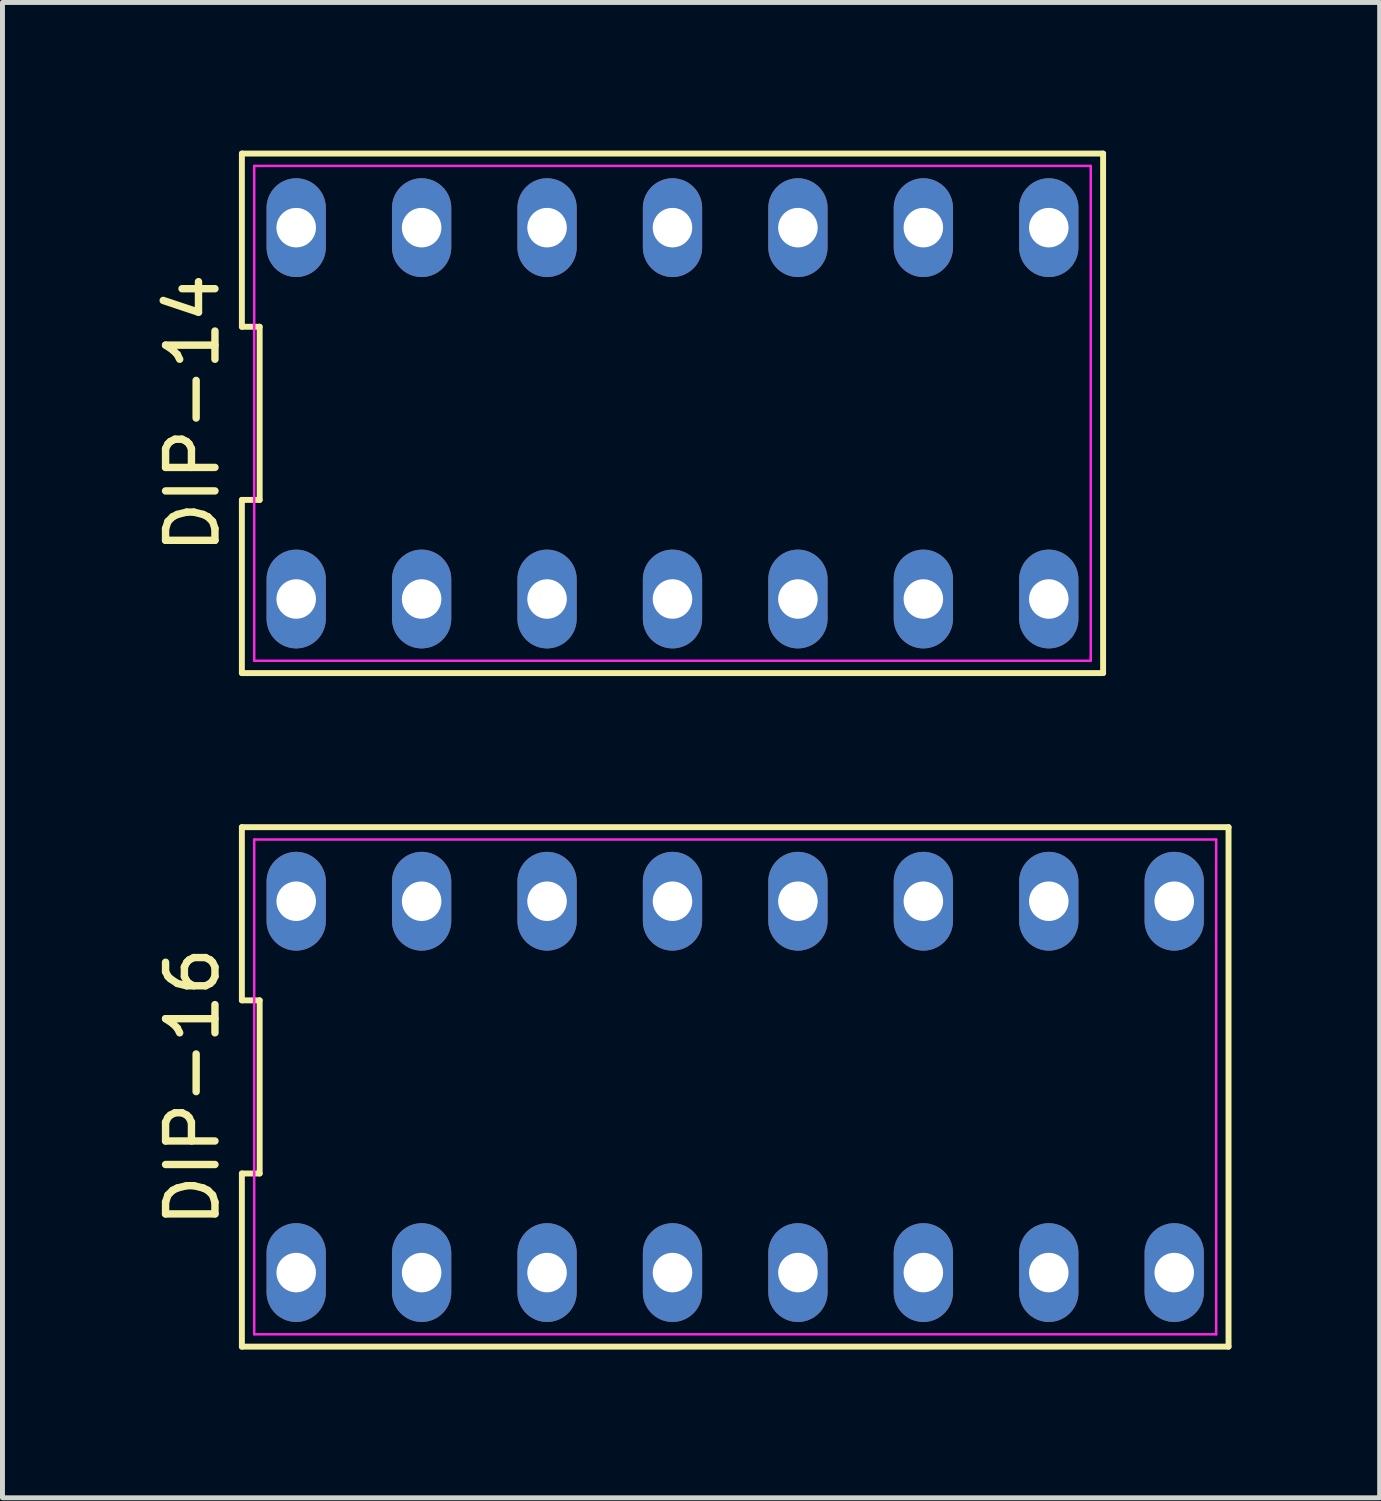
<source format=kicad_pcb>
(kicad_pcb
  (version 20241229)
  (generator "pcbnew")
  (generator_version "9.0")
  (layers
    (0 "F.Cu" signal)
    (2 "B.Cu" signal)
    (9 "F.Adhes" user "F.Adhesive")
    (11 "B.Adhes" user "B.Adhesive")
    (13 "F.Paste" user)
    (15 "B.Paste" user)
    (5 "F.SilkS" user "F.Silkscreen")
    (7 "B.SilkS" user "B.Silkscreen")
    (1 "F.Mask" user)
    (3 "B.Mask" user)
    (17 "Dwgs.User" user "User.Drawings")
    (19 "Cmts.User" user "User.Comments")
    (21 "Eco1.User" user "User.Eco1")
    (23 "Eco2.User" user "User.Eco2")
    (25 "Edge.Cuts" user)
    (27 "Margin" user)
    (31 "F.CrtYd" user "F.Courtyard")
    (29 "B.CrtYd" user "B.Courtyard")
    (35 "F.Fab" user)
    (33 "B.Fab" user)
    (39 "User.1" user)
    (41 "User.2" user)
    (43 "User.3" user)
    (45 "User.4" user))
  (footprint "DIP-14"
    (layer "F.Cu")
    (at 10.568 5.32)
    (property "Reference" "DIP-14" (at -9.72 0 90) (layer "F.SilkS") (effects (font (size 1 1) (thickness 0.15))))
    (attr through_hole)
    (fp_line (start -8.72 -5.26) (end -8.72 -1.753) (stroke (width 0.12) (type solid)) (layer "F.SilkS"))
    (fp_line (start -8.72 -1.753) (end -8.36 -1.753) (stroke (width 0.12) (type solid)) (layer "F.SilkS"))
    (fp_line (start -8.72 1.753) (end -8.72 5.26) (stroke (width 0.12) (type solid)) (layer "F.SilkS"))
    (fp_line (start -8.72 5.26) (end 8.72 5.26) (stroke (width 0.12) (type solid)) (layer "F.SilkS"))
    (fp_line (start -8.36 -1.753) (end -8.36 1.753) (stroke (width 0.12) (type solid)) (layer "F.SilkS"))
    (fp_line (start -8.36 1.753) (end -8.72 1.753) (stroke (width 0.12) (type solid)) (layer "F.SilkS"))
    (fp_line (start 8.72 -5.26) (end -8.72 -5.26) (stroke (width 0.12) (type solid)) (layer "F.SilkS"))
    (fp_line (start 8.72 5.26) (end 8.72 -5.26) (stroke (width 0.12) (type solid)) (layer "F.SilkS"))
    (fp_line (start -8.47 -5.01) (end 8.47 -5.01) (stroke (width 0.05) (type solid)) (layer "F.CrtYd"))
    (fp_line (start -8.47 5.01) (end -8.47 -5.01) (stroke (width 0.05) (type solid)) (layer "F.CrtYd"))
    (fp_line (start 8.47 -5.01) (end 8.47 5.01) (stroke (width 0.05) (type solid)) (layer "F.CrtYd"))
    (fp_line (start 8.47 5.01) (end -8.47 5.01) (stroke (width 0.05) (type solid)) (layer "F.CrtYd"))
    (pad "1" thru_hole oval (at -7.62 3.76) (size 1.2 2) (drill 0.8) (layers "*.Cu" "*.Mask"))
    (pad "2" thru_hole oval (at -5.08 3.76) (size 1.2 2) (drill 0.8) (layers "*.Cu" "*.Mask"))
    (pad "3" thru_hole oval (at -2.54 3.76) (size 1.2 2) (drill 0.8) (layers "*.Cu" "*.Mask"))
    (pad "4" thru_hole oval (at 0 3.76) (size 1.2 2) (drill 0.8) (layers "*.Cu" "*.Mask"))
    (pad "5" thru_hole oval (at 2.54 3.76) (size 1.2 2) (drill 0.8) (layers "*.Cu" "*.Mask"))
    (pad "6" thru_hole oval (at 5.08 3.76) (size 1.2 2) (drill 0.8) (layers "*.Cu" "*.Mask"))
    (pad "7" thru_hole oval (at 7.62 3.76) (size 1.2 2) (drill 0.8) (layers "*.Cu" "*.Mask"))
    (pad "8" thru_hole oval (at 7.62 -3.76) (size 1.2 2) (drill 0.8) (layers "*.Cu" "*.Mask"))
    (pad "9" thru_hole oval (at 5.08 -3.76) (size 1.2 2) (drill 0.8) (layers "*.Cu" "*.Mask"))
    (pad "10" thru_hole oval (at 2.54 -3.76) (size 1.2 2) (drill 0.8) (layers "*.Cu" "*.Mask"))
    (pad "11" thru_hole oval (at 0 -3.76) (size 1.2 2) (drill 0.8) (layers "*.Cu" "*.Mask"))
    (pad "12" thru_hole oval (at -2.54 -3.76) (size 1.2 2) (drill 0.8) (layers "*.Cu" "*.Mask"))
    (pad "13" thru_hole oval (at -5.08 -3.76) (size 1.2 2) (drill 0.8) (layers "*.Cu" "*.Mask"))
    (pad "14" thru_hole oval (at -7.62 -3.76) (size 1.2 2) (drill 0.8) (layers "*.Cu" "*.Mask")))
  (footprint "DIP-16"
    (layer "F.Cu")
    (at 11.838 18.96)
    (property "Reference" "DIP-16" (at -10.99 0 90) (layer "F.SilkS") (effects (font (size 1 1) (thickness 0.15))))
    (attr through_hole)
    (fp_line (start -9.99 -5.26) (end -9.99 -1.753) (stroke (width 0.12) (type solid)) (layer "F.SilkS"))
    (fp_line (start -9.99 -1.753) (end -9.63 -1.753) (stroke (width 0.12) (type solid)) (layer "F.SilkS"))
    (fp_line (start -9.99 1.753) (end -9.99 5.26) (stroke (width 0.12) (type solid)) (layer "F.SilkS"))
    (fp_line (start -9.99 5.26) (end 9.99 5.26) (stroke (width 0.12) (type solid)) (layer "F.SilkS"))
    (fp_line (start -9.63 -1.753) (end -9.63 1.753) (stroke (width 0.12) (type solid)) (layer "F.SilkS"))
    (fp_line (start -9.63 1.753) (end -9.99 1.753) (stroke (width 0.12) (type solid)) (layer "F.SilkS"))
    (fp_line (start 9.99 -5.26) (end -9.99 -5.26) (stroke (width 0.12) (type solid)) (layer "F.SilkS"))
    (fp_line (start 9.99 5.26) (end 9.99 -5.26) (stroke (width 0.12) (type solid)) (layer "F.SilkS"))
    (fp_line (start -9.74 -5.01) (end 9.74 -5.01) (stroke (width 0.05) (type solid)) (layer "F.CrtYd"))
    (fp_line (start -9.74 5.01) (end -9.74 -5.01) (stroke (width 0.05) (type solid)) (layer "F.CrtYd"))
    (fp_line (start 9.74 -5.01) (end 9.74 5.01) (stroke (width 0.05) (type solid)) (layer "F.CrtYd"))
    (fp_line (start 9.74 5.01) (end -9.74 5.01) (stroke (width 0.05) (type solid)) (layer "F.CrtYd"))
    (pad "1" thru_hole oval (at -8.89 3.76) (size 1.2 2) (drill 0.8) (layers "*.Cu" "*.Mask"))
    (pad "2" thru_hole oval (at -6.35 3.76) (size 1.2 2) (drill 0.8) (layers "*.Cu" "*.Mask"))
    (pad "3" thru_hole oval (at -3.81 3.76) (size 1.2 2) (drill 0.8) (layers "*.Cu" "*.Mask"))
    (pad "4" thru_hole oval (at -1.27 3.76) (size 1.2 2) (drill 0.8) (layers "*.Cu" "*.Mask"))
    (pad "5" thru_hole oval (at 1.27 3.76) (size 1.2 2) (drill 0.8) (layers "*.Cu" "*.Mask"))
    (pad "6" thru_hole oval (at 3.81 3.76) (size 1.2 2) (drill 0.8) (layers "*.Cu" "*.Mask"))
    (pad "7" thru_hole oval (at 6.35 3.76) (size 1.2 2) (drill 0.8) (layers "*.Cu" "*.Mask"))
    (pad "8" thru_hole oval (at 8.89 3.76) (size 1.2 2) (drill 0.8) (layers "*.Cu" "*.Mask"))
    (pad "9" thru_hole oval (at 8.89 -3.76) (size 1.2 2) (drill 0.8) (layers "*.Cu" "*.Mask"))
    (pad "10" thru_hole oval (at 6.35 -3.76) (size 1.2 2) (drill 0.8) (layers "*.Cu" "*.Mask"))
    (pad "11" thru_hole oval (at 3.81 -3.76) (size 1.2 2) (drill 0.8) (layers "*.Cu" "*.Mask"))
    (pad "12" thru_hole oval (at 1.27 -3.76) (size 1.2 2) (drill 0.8) (layers "*.Cu" "*.Mask"))
    (pad "13" thru_hole oval (at -1.27 -3.76) (size 1.2 2) (drill 0.8) (layers "*.Cu" "*.Mask"))
    (pad "14" thru_hole oval (at -3.81 -3.76) (size 1.2 2) (drill 0.8) (layers "*.Cu" "*.Mask"))
    (pad "15" thru_hole oval (at -6.35 -3.76) (size 1.2 2) (drill 0.8) (layers "*.Cu" "*.Mask"))
    (pad "16" thru_hole oval (at -8.89 -3.76) (size 1.2 2) (drill 0.8) (layers "*.Cu" "*.Mask")))
  (gr_rect
    (start -3 -3)
    (end 24.888 27.28)
    (stroke (width 0.1) (type default))
    (fill no)
    (layer "Edge.Cuts")))
</source>
